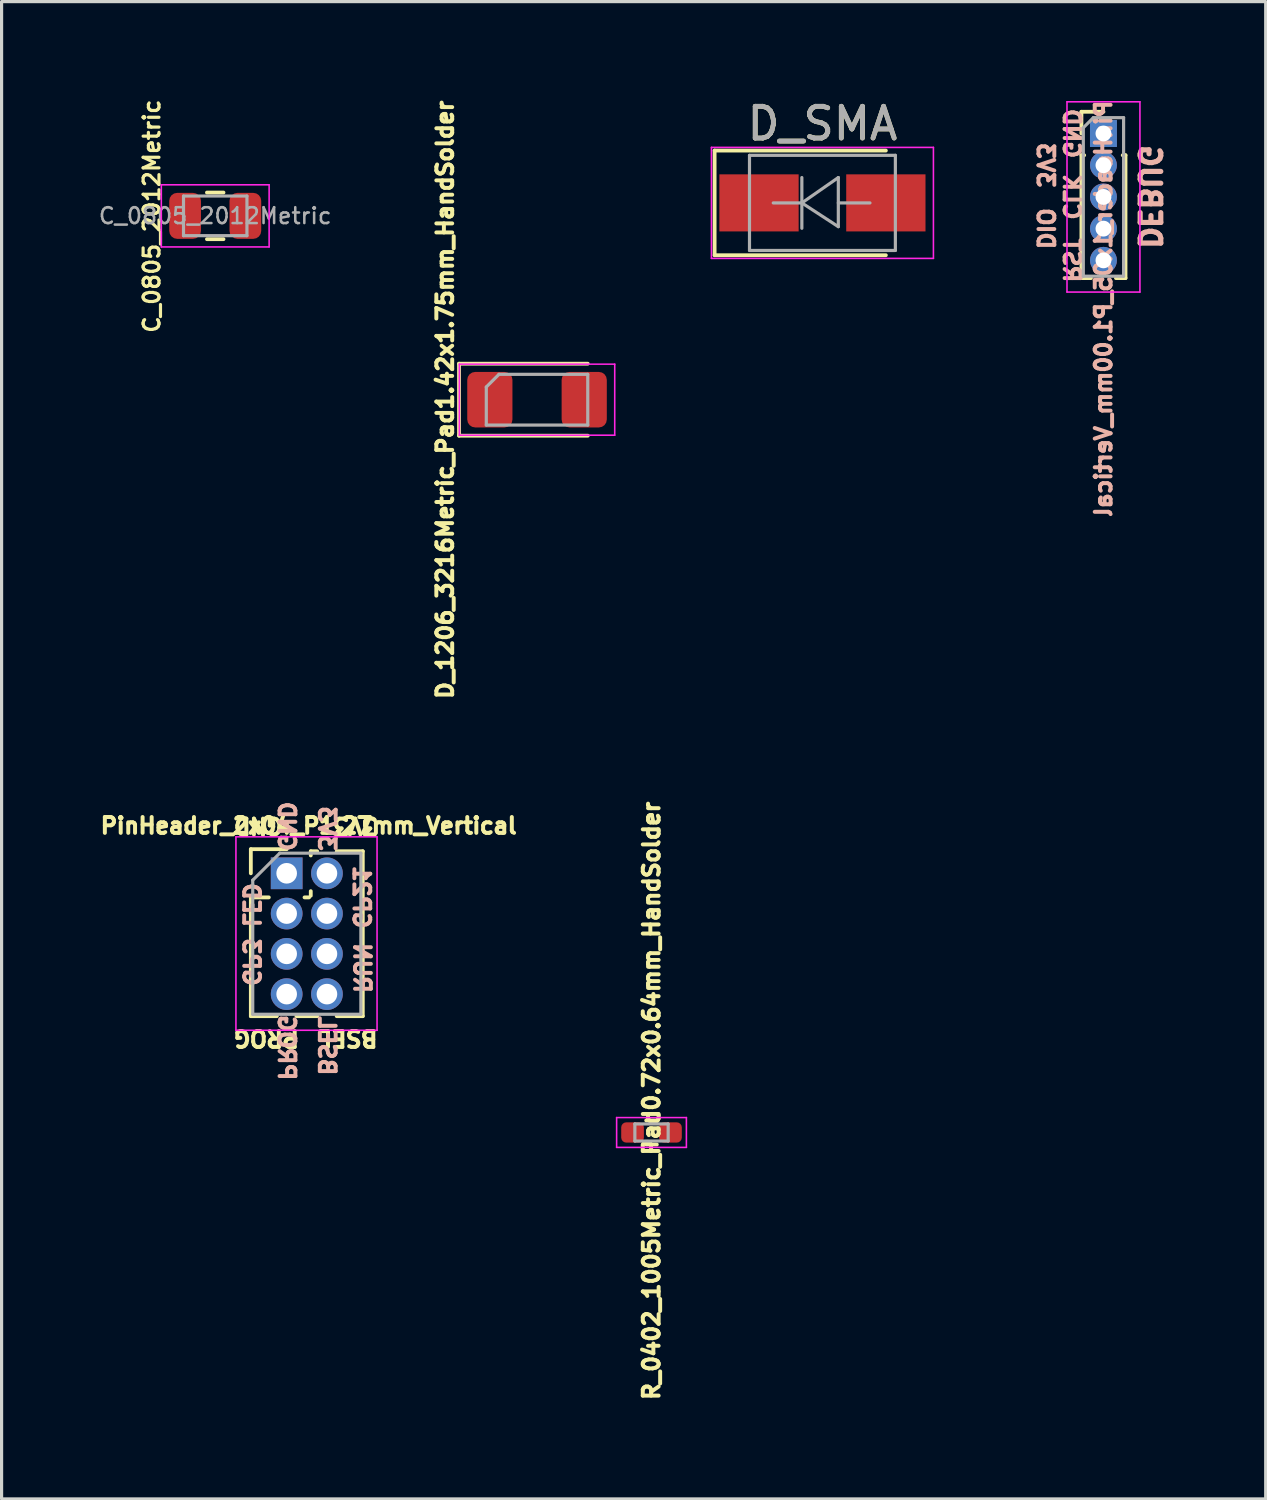
<source format=kicad_pcb>
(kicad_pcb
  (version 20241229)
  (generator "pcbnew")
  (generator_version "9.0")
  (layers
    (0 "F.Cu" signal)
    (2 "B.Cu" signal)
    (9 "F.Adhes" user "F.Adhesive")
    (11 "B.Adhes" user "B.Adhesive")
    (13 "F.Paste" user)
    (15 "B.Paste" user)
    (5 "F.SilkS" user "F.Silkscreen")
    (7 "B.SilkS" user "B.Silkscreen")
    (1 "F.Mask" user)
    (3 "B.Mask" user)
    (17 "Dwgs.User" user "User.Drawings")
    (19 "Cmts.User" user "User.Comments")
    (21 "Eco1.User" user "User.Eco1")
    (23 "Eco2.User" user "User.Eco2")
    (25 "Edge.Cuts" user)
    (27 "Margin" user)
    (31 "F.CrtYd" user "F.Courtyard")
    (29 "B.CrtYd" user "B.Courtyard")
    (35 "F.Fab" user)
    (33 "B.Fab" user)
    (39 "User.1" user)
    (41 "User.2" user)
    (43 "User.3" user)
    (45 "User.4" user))
  (footprint "D_1206_3216Metric_Pad1.42x1.75mm_HandSolder"
    (layer "F.Cu")
    (at 13.885 9.554)
    (property "Reference" "D_1206_3216Metric_Pad1.42x1.75mm_HandSolder" (at -2.9 0 90) (layer "F.SilkS") (effects (font (size 0.5 0.5) (thickness 0.15))))
    (attr smd)
    (fp_line (start -2.46 -1.135) (end -2.46 1.135) (stroke (width 0.12) (type solid)) (layer "F.SilkS"))
    (fp_line (start -2.46 1.135) (end 1.6 1.135) (stroke (width 0.12) (type solid)) (layer "F.SilkS"))
    (fp_line (start 1.6 -1.135) (end -2.46 -1.135) (stroke (width 0.12) (type solid)) (layer "F.SilkS"))
    (fp_line (start -2.45 -1.12) (end 2.45 -1.12) (stroke (width 0.05) (type solid)) (layer "F.CrtYd"))
    (fp_line (start -2.45 1.12) (end -2.45 -1.12) (stroke (width 0.05) (type solid)) (layer "F.CrtYd"))
    (fp_line (start 2.45 -1.12) (end 2.45 1.12) (stroke (width 0.05) (type solid)) (layer "F.CrtYd"))
    (fp_line (start 2.45 1.12) (end -2.45 1.12) (stroke (width 0.05) (type solid)) (layer "F.CrtYd"))
    (fp_line (start -1.6 -0.4) (end -1.6 0.8) (stroke (width 0.1) (type solid)) (layer "F.Fab"))
    (fp_line (start -1.6 0.8) (end 1.6 0.8) (stroke (width 0.1) (type solid)) (layer "F.Fab"))
    (fp_line (start -1.2 -0.8) (end -1.6 -0.4) (stroke (width 0.1) (type solid)) (layer "F.Fab"))
    (fp_line (start 1.6 -0.8) (end -1.2 -0.8) (stroke (width 0.1) (type solid)) (layer "F.Fab"))
    (fp_line (start 1.6 0.8) (end 1.6 -0.8) (stroke (width 0.1) (type solid)) (layer "F.Fab"))
    (pad "1" smd roundrect (at -1.488 0 180) (size 1.425 1.75) (layers "F.Cu" "F.Mask" "F.Paste") (roundrect_rratio 0.175))
    (pad "2" smd roundrect (at 1.488 0 180) (size 1.425 1.75) (layers "F.Cu" "F.Mask" "F.Paste") (roundrect_rratio 0.175)))
  (footprint "PinHeader_2x04_P1.27mm_Vertical"
    (layer "F.Cu")
    (at 5.99 24.489)
    (property "Reference" "PinHeader_2x04_P1.27mm_Vertical" (at 0.695 -1.5 180) (layer "F.SilkS") (effects (font (size 0.5 0.5) (thickness 0.125))))
    (attr through_hole)
    (fp_line (start -1.13 -0.76) (end 0 -0.76) (stroke (width 0.12) (type solid)) (layer "F.SilkS"))
    (fp_line (start -1.13 0) (end -1.13 -0.76) (stroke (width 0.12) (type solid)) (layer "F.SilkS"))
    (fp_line (start -1.13 0.76) (end -1.13 4.505) (stroke (width 0.12) (type solid)) (layer "F.SilkS"))
    (fp_line (start -1.13 0.76) (end -0.563 0.76) (stroke (width 0.12) (type solid)) (layer "F.SilkS"))
    (fp_line (start -1.13 4.505) (end -0.308 4.505) (stroke (width 0.12) (type solid)) (layer "F.SilkS"))
    (fp_line (start 0.308 4.505) (end 0.962 4.505) (stroke (width 0.12) (type solid)) (layer "F.SilkS"))
    (fp_line (start 0.563 0.76) (end 0.707 0.76) (stroke (width 0.12) (type solid)) (layer "F.SilkS"))
    (fp_line (start 0.76 -0.695) (end 0.962 -0.695) (stroke (width 0.12) (type solid)) (layer "F.SilkS"))
    (fp_line (start 0.76 -0.563) (end 0.76 -0.695) (stroke (width 0.12) (type solid)) (layer "F.SilkS"))
    (fp_line (start 0.76 0.707) (end 0.76 0.563) (stroke (width 0.12) (type solid)) (layer "F.SilkS"))
    (fp_line (start 1.578 -0.695) (end 2.4 -0.695) (stroke (width 0.12) (type solid)) (layer "F.SilkS"))
    (fp_line (start 1.578 4.505) (end 2.4 4.505) (stroke (width 0.12) (type solid)) (layer "F.SilkS"))
    (fp_line (start 2.4 -0.695) (end 2.4 4.505) (stroke (width 0.12) (type solid)) (layer "F.SilkS"))
    (fp_line (start -1.6 -1.15) (end -1.6 4.95) (stroke (width 0.05) (type solid)) (layer "F.CrtYd"))
    (fp_line (start -1.6 4.95) (end 2.85 4.95) (stroke (width 0.05) (type solid)) (layer "F.CrtYd"))
    (fp_line (start 2.85 -1.15) (end -1.6 -1.15) (stroke (width 0.05) (type solid)) (layer "F.CrtYd"))
    (fp_line (start 2.85 4.95) (end 2.85 -1.15) (stroke (width 0.05) (type solid)) (layer "F.CrtYd"))
    (fp_line (start -1.07 0.217) (end -0.217 -0.635) (stroke (width 0.1) (type solid)) (layer "F.Fab"))
    (fp_line (start -1.07 4.445) (end -1.07 0.217) (stroke (width 0.1) (type solid)) (layer "F.Fab"))
    (fp_line (start -0.217 -0.635) (end 2.34 -0.635) (stroke (width 0.1) (type solid)) (layer "F.Fab"))
    (fp_line (start 2.34 -0.635) (end 2.34 4.445) (stroke (width 0.1) (type solid)) (layer "F.Fab"))
    (fp_line (start 2.34 4.445) (end -1.07 4.445) (stroke (width 0.1) (type solid)) (layer "F.Fab"))
    (fp_text user "3V3" (at 2.16 -1.5 180) (unlocked yes) (layer "F.SilkS") (effects (font (size 0.5 0.5) (thickness 0.125))))
    (fp_text user "GND" (at -0.89 -1.5 180) (unlocked yes) (layer "F.SilkS") (effects (font (size 0.5 0.5) (thickness 0.125))))
    (fp_text user "BSEL" (at 1.934 5.2 180) (unlocked yes) (layer "F.SilkS") (effects (font (size 0.5 0.5) (thickness 0.125))))
    (fp_text user "PROG" (at -0.64 5.2 180) (unlocked yes) (layer "F.SilkS") (effects (font (size 0.5 0.5) (thickness 0.125))))
    (fp_text user "GND" (at 0 -1.481 270) (unlocked yes) (layer "B.SilkS") (effects (font (size 0.5 0.5) (thickness 0.125)) (justify mirror)))
    (fp_text user "PROG" (at 0 5.5 270) (unlocked yes) (layer "B.SilkS") (effects (font (size 0.5 0.5) (thickness 0.125)) (justify mirror)))
    (fp_text user "3V3" (at 1.27 -1.41 270) (unlocked yes) (layer "B.SilkS") (effects (font (size 0.5 0.5) (thickness 0.125)) (justify mirror)))
    (fp_text user "BSEL" (at 1.27 5.44 270) (unlocked yes) (layer "B.SilkS") (effects (font (size 0.5 0.5) (thickness 0.125)) (justify mirror)))
    (fp_text user "LED" (at -1.115 1 270) (unlocked yes) (layer "B.SilkS") (effects (font (size 0.5 0.5) (thickness 0.125)) (justify mirror)))
    (fp_text user "RUN" (at 2.38 2.986 270) (unlocked yes) (layer "B.SilkS") (effects (font (size 0.5 0.5) (thickness 0.125)) (justify mirror)))
    (fp_text user "GP21" (at 2.36 0.752 270) (unlocked yes) (layer "B.SilkS") (effects (font (size 0.5 0.5) (thickness 0.125)) (justify mirror)))
    (fp_text user "GP3" (at -1.115 2.8 270) (unlocked yes) (layer "B.SilkS") (effects (font (size 0.5 0.5) (thickness 0.125)) (justify mirror)))
    (pad "1" thru_hole rect (at 0 0) (size 1 1) (drill 0.65) (layers "*.Cu" "*.Mask"))
    (pad "2" thru_hole oval (at 1.27 0) (size 1 1) (drill 0.65) (layers "*.Cu" "*.Mask"))
    (pad "3" thru_hole oval (at 0 1.27) (size 1 1) (drill 0.65) (layers "*.Cu" "*.Mask"))
    (pad "4" thru_hole oval (at 1.27 1.27) (size 1 1) (drill 0.65) (layers "*.Cu" "*.Mask"))
    (pad "5" thru_hole oval (at 0 2.54) (size 1 1) (drill 0.65) (layers "*.Cu" "*.Mask"))
    (pad "6" thru_hole oval (at 1.27 2.54) (size 1 1) (drill 0.65) (layers "*.Cu" "*.Mask"))
    (pad "7" thru_hole oval (at 0 3.81) (size 1 1) (drill 0.65) (layers "*.Cu" "*.Mask"))
    (pad "8" thru_hole oval (at 1.27 3.81) (size 1 1) (drill 0.65) (layers "*.Cu" "*.Mask")))
  (footprint "R_0402_1005Metric_Pad0.72x0.64mm_HandSolder"
    (layer "F.Cu")
    (at 17.495 32.662)
    (property "Reference" "R_0402_1005Metric_Pad0.72x0.64mm_HandSolder" (at 0 -1 90) (layer "F.SilkS") (effects (font (size 0.5 0.5) (thickness 0.15))))
    (attr smd)
    (fp_line (start -0.168 -0.38) (end 0.168 -0.38) (stroke (width 0.12) (type solid)) (layer "F.SilkS"))
    (fp_line (start -0.168 0.38) (end 0.168 0.38) (stroke (width 0.12) (type solid)) (layer "F.SilkS"))
    (fp_line (start -1.1 -0.47) (end 1.1 -0.47) (stroke (width 0.05) (type solid)) (layer "F.CrtYd"))
    (fp_line (start -1.1 0.47) (end -1.1 -0.47) (stroke (width 0.05) (type solid)) (layer "F.CrtYd"))
    (fp_line (start 1.1 -0.47) (end 1.1 0.47) (stroke (width 0.05) (type solid)) (layer "F.CrtYd"))
    (fp_line (start 1.1 0.47) (end -1.1 0.47) (stroke (width 0.05) (type solid)) (layer "F.CrtYd"))
    (fp_line (start -0.525 -0.27) (end 0.525 -0.27) (stroke (width 0.1) (type solid)) (layer "F.Fab"))
    (fp_line (start -0.525 0.27) (end -0.525 -0.27) (stroke (width 0.1) (type solid)) (layer "F.Fab"))
    (fp_line (start 0.525 -0.27) (end 0.525 0.27) (stroke (width 0.1) (type solid)) (layer "F.Fab"))
    (fp_line (start 0.525 0.27) (end -0.525 0.27) (stroke (width 0.1) (type solid)) (layer "F.Fab"))
    (pad "1" smd roundrect (at -0.598 0 180) (size 0.715 0.64) (layers "F.Cu" "F.Mask" "F.Paste") (roundrect_rratio 0.25))
    (pad "2" smd roundrect (at 0.598 0 180) (size 0.715 0.64) (layers "F.Cu" "F.Mask" "F.Paste") (roundrect_rratio 0.25)))
  (footprint "D_SMA"
    (layer "F.Cu")
    (at 22.885 3.348)
    (property "Reference" "D_SMA" (at 0 -2.5 0) (layer "F.SilkS") (effects (font (size 1 1) (thickness 0.15))))
    (attr smd)
    (fp_line (start -3.4 -1.65) (end -3.4 1.65) (stroke (width 0.12) (type solid)) (layer "F.SilkS"))
    (fp_line (start -3.4 -1.65) (end 2 -1.65) (stroke (width 0.12) (type solid)) (layer "F.SilkS"))
    (fp_line (start -3.4 1.65) (end 2 1.65) (stroke (width 0.12) (type solid)) (layer "F.SilkS"))
    (fp_line (start -3.5 -1.75) (end 3.5 -1.75) (stroke (width 0.05) (type solid)) (layer "F.CrtYd"))
    (fp_line (start -3.5 1.75) (end -3.5 -1.75) (stroke (width 0.05) (type solid)) (layer "F.CrtYd"))
    (fp_line (start 3.5 -1.75) (end 3.5 1.75) (stroke (width 0.05) (type solid)) (layer "F.CrtYd"))
    (fp_line (start 3.5 1.75) (end -3.5 1.75) (stroke (width 0.05) (type solid)) (layer "F.CrtYd"))
    (fp_line (start -2.3 1.5) (end -2.3 -1.5) (stroke (width 0.1) (type solid)) (layer "F.Fab"))
    (fp_line (start -0.649 -0.799) (end -0.649 0.801) (stroke (width 0.1) (type solid)) (layer "F.Fab"))
    (fp_line (start -0.649 0.001) (end -1.551 0.001) (stroke (width 0.1) (type solid)) (layer "F.Fab"))
    (fp_line (start -0.649 0.001) (end 0.501 -0.799) (stroke (width 0.1) (type solid)) (layer "F.Fab"))
    (fp_line (start -0.649 0.001) (end 0.501 0.75) (stroke (width 0.1) (type solid)) (layer "F.Fab"))
    (fp_line (start 0.501 0.001) (end 1.499 0.001) (stroke (width 0.1) (type solid)) (layer "F.Fab"))
    (fp_line (start 0.501 0.75) (end 0.501 -0.799) (stroke (width 0.1) (type solid)) (layer "F.Fab"))
    (fp_line (start 2.3 -1.5) (end -2.3 -1.5) (stroke (width 0.1) (type solid)) (layer "F.Fab"))
    (fp_line (start 2.3 -1.5) (end 2.3 1.5) (stroke (width 0.1) (type solid)) (layer "F.Fab"))
    (fp_line (start 2.3 1.5) (end -2.3 1.5) (stroke (width 0.1) (type solid)) (layer "F.Fab"))
    (fp_text user "${REFERENCE}" (at 0 -2.5 0) (layer "F.Fab") (effects (font (size 1 1) (thickness 0.15))))
    (pad "A" smd rect (at 2 0 180) (size 2.5 1.8) (layers "F.Cu" "F.Mask" "F.Paste"))
    (pad "C" smd rect (at -2 0 180) (size 2.5 1.8) (layers "F.Cu" "F.Mask" "F.Paste")))
  (footprint "PinHeader_1x05_P1.00mm_Vertical"
    (layer "F.Cu")
    (at 31.747 1.16)
    (property "Reference" "PinHeader_1x05_P1.00mm_Vertical" (at 0 5.525 90) (layer "B.SilkS") (effects (font (size 0.5 0.5) (thickness 0.125)) (justify mirror)))
    (attr through_hole)
    (fp_line (start -0.695 -0.685) (end 0 -0.685) (stroke (width 0.12) (type solid)) (layer "F.SilkS"))
    (fp_line (start -0.695 0) (end -0.695 -0.685) (stroke (width 0.12) (type solid)) (layer "F.SilkS"))
    (fp_line (start -0.695 0.685) (end -0.695 4.56) (stroke (width 0.12) (type solid)) (layer "F.SilkS"))
    (fp_line (start -0.695 0.685) (end -0.608 0.685) (stroke (width 0.12) (type solid)) (layer "F.SilkS"))
    (fp_line (start -0.695 4.56) (end -0.394 4.56) (stroke (width 0.12) (type solid)) (layer "F.SilkS"))
    (fp_line (start 0.394 4.56) (end 0.695 4.56) (stroke (width 0.12) (type solid)) (layer "F.SilkS"))
    (fp_line (start 0.608 0.685) (end 0.695 0.685) (stroke (width 0.12) (type solid)) (layer "F.SilkS"))
    (fp_line (start 0.695 0.685) (end 0.695 4.56) (stroke (width 0.12) (type solid)) (layer "F.SilkS"))
    (fp_line (start -1.15 -1) (end -1.15 5) (stroke (width 0.05) (type solid)) (layer "F.CrtYd"))
    (fp_line (start -1.15 5) (end 1.15 5) (stroke (width 0.05) (type solid)) (layer "F.CrtYd"))
    (fp_line (start 1.15 -1) (end -1.15 -1) (stroke (width 0.05) (type solid)) (layer "F.CrtYd"))
    (fp_line (start 1.15 5) (end 1.15 -1) (stroke (width 0.05) (type solid)) (layer "F.CrtYd"))
    (fp_line (start -0.635 -0.182) (end -0.318 -0.5) (stroke (width 0.1) (type solid)) (layer "F.Fab"))
    (fp_line (start -0.635 4.5) (end -0.635 -0.182) (stroke (width 0.1) (type solid)) (layer "F.Fab"))
    (fp_line (start -0.318 -0.5) (end 0.635 -0.5) (stroke (width 0.1) (type solid)) (layer "F.Fab"))
    (fp_line (start 0.635 -0.5) (end 0.635 4.5) (stroke (width 0.1) (type solid)) (layer "F.Fab"))
    (fp_line (start 0.635 4.5) (end -0.635 4.5) (stroke (width 0.1) (type solid)) (layer "F.Fab"))
    (fp_text user "DEBUG" (at 1.45 2 270) (unlocked yes) (layer "B.SilkS") (effects (font (size 0.65 0.65) (thickness 0.163) (bold yes)) (justify mirror)))
    (fp_text user "CLK" (at -1 2 270) (unlocked yes) (layer "B.SilkS") (effects (font (size 0.5 0.5) (thickness 0.125)) (justify mirror)))
    (fp_text user "3V3" (at -1.825 1 270) (unlocked yes) (layer "B.SilkS") (effects (font (size 0.5 0.5) (thickness 0.125)) (justify mirror)))
    (fp_text user "GND" (at -1 0 270) (unlocked yes) (layer "B.SilkS") (effects (font (size 0.5 0.5) (thickness 0.125)) (justify mirror)))
    (fp_text user "DIO" (at -1.825 3 270) (unlocked yes) (layer "B.SilkS") (effects (font (size 0.5 0.5) (thickness 0.125)) (justify mirror)))
    (fp_text user "RST" (at -1 4 270) (unlocked yes) (layer "B.SilkS") (effects (font (size 0.5 0.5) (thickness 0.125)) (justify mirror)))
    (pad "1" thru_hole rect (at 0 0) (size 0.85 0.85) (drill 0.5) (layers "*.Cu" "*.Mask"))
    (pad "2" thru_hole oval (at 0 1) (size 0.85 0.85) (drill 0.5) (layers "*.Cu" "*.Mask"))
    (pad "3" thru_hole oval (at 0 2) (size 0.85 0.85) (drill 0.5) (layers "*.Cu" "*.Mask"))
    (pad "4" thru_hole oval (at 0 3) (size 0.85 0.85) (drill 0.5) (layers "*.Cu" "*.Mask"))
    (pad "5" thru_hole oval (at 0 4) (size 0.85 0.85) (drill 0.5) (layers "*.Cu" "*.Mask")))
  (footprint "C_0805_2012Metric"
    (layer "F.Cu")
    (at 3.737 3.757)
    (property "Reference" "C_0805_2012Metric" (at -2 0.01 270) (layer "F.SilkS") (effects (font (size 0.5 0.5) (thickness 0.1))))
    (attr smd)
    (fp_line (start -0.261 -0.735) (end 0.261 -0.735) (stroke (width 0.12) (type solid)) (layer "F.SilkS"))
    (fp_line (start -0.261 0.735) (end 0.261 0.735) (stroke (width 0.12) (type solid)) (layer "F.SilkS"))
    (fp_line (start -1.7 -0.98) (end 1.7 -0.98) (stroke (width 0.05) (type solid)) (layer "F.CrtYd"))
    (fp_line (start -1.7 0.98) (end -1.7 -0.98) (stroke (width 0.05) (type solid)) (layer "F.CrtYd"))
    (fp_line (start 1.7 -0.98) (end 1.7 0.98) (stroke (width 0.05) (type solid)) (layer "F.CrtYd"))
    (fp_line (start 1.7 0.98) (end -1.7 0.98) (stroke (width 0.05) (type solid)) (layer "F.CrtYd"))
    (fp_line (start -1 -0.625) (end 1 -0.625) (stroke (width 0.1) (type solid)) (layer "F.Fab"))
    (fp_line (start -1 0.625) (end -1 -0.625) (stroke (width 0.1) (type solid)) (layer "F.Fab"))
    (fp_line (start 1 -0.625) (end 1 0.625) (stroke (width 0.1) (type solid)) (layer "F.Fab"))
    (fp_line (start 1 0.625) (end -1 0.625) (stroke (width 0.1) (type solid)) (layer "F.Fab"))
    (fp_text user "${REFERENCE}" (at 0 0 180) (layer "F.Fab") (effects (font (size 0.5 0.5) (thickness 0.08))))
    (pad "1" smd roundrect (at -0.95 0) (size 1 1.45) (layers "F.Cu" "F.Mask" "F.Paste") (roundrect_rratio 0.25))
    (pad "2" smd roundrect (at 0.95 0) (size 1 1.45) (layers "F.Cu" "F.Mask" "F.Paste") (roundrect_rratio 0.25)))
  (gr_rect
    (start -3 -3)
    (end 36.863 44.217)
    (stroke (width 0.1) (type default))
    (fill no)
    (layer "Edge.Cuts")))
</source>
